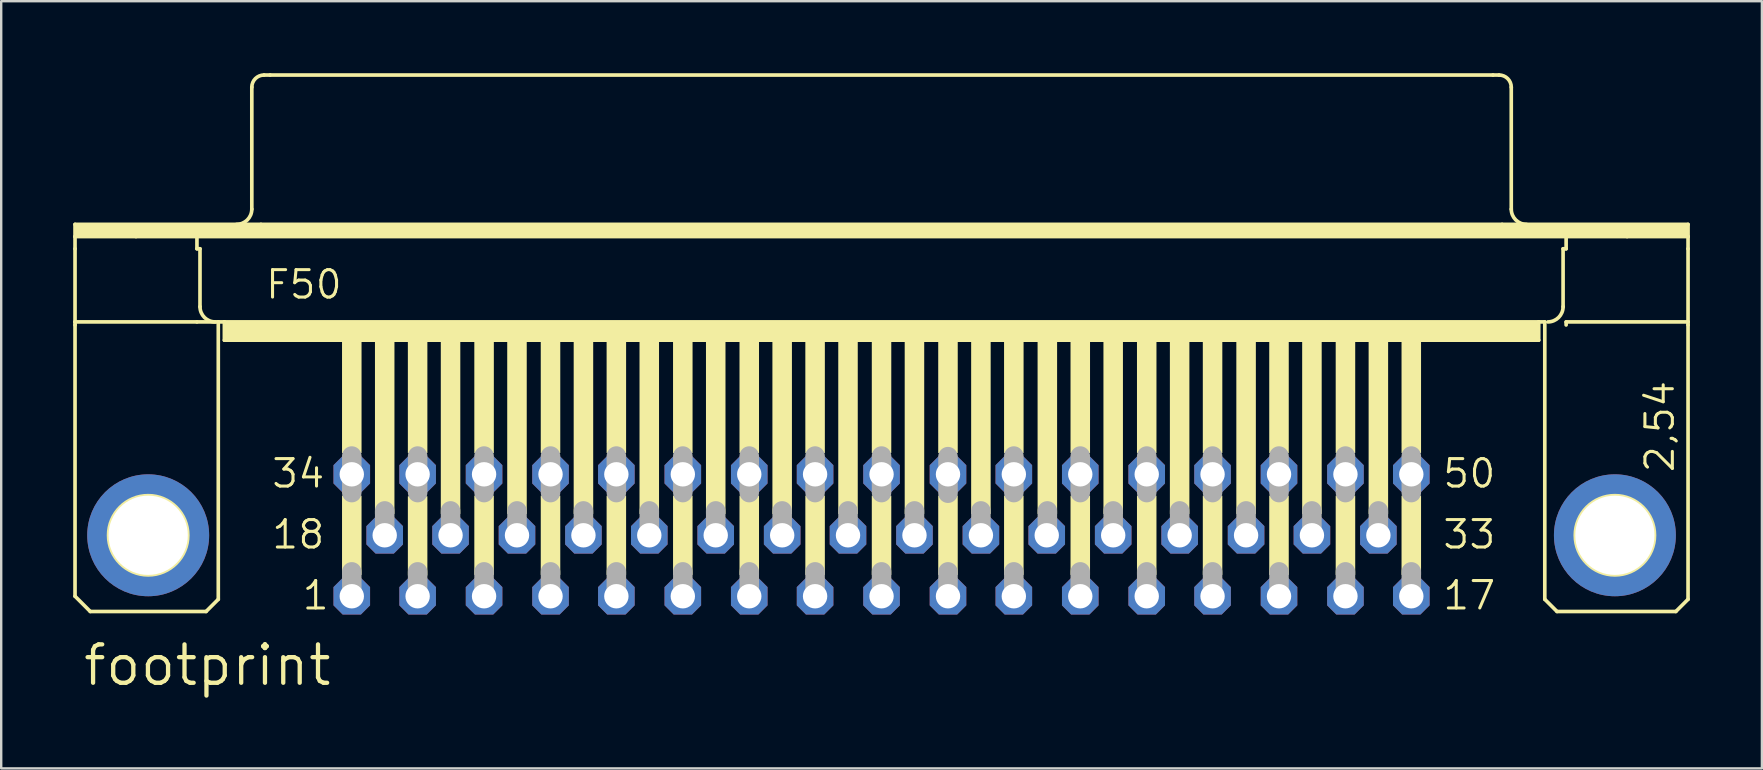
<source format=kicad_pcb>
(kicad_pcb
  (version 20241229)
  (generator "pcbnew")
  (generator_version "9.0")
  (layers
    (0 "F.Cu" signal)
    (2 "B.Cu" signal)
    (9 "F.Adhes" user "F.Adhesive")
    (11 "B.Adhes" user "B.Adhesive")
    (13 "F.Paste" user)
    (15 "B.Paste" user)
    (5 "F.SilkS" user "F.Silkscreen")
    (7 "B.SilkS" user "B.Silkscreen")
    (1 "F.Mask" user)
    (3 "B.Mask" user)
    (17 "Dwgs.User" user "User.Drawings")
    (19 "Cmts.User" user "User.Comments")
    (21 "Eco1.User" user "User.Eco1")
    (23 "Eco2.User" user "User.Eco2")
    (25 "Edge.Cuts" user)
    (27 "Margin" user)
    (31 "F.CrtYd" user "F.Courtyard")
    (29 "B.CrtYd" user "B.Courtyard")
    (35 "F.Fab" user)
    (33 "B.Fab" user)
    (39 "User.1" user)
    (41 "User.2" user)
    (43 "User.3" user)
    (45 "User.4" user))
  (footprint "footprint"
    (layer "F.Cu")
    (at 33.68 19.253)
    (property "Reference" "footprint" (at -33.35 6.35 0) (layer "F.SilkS") (effects (font (size 1.6 1.6) (thickness 0.178)) (justify left bottom)))
    (fp_line (start -33.604 -12.954) (end -25.857 -12.954) (stroke (width 0.152) (type solid)) (layer "F.SilkS"))
    (fp_line (start -33.604 -12.446) (end -33.604 -12.954) (stroke (width 0.152) (type solid)) (layer "F.SilkS"))
    (fp_line (start -33.604 -12.446) (end -31.064 -12.446) (stroke (width 0.152) (type solid)) (layer "F.SilkS"))
    (fp_line (start -33.604 -11.938) (end -33.604 -12.446) (stroke (width 0.152) (type solid)) (layer "F.SilkS"))
    (fp_line (start -33.604 -8.89) (end -33.604 -11.938) (stroke (width 0.152) (type solid)) (layer "F.SilkS"))
    (fp_line (start -33.604 -8.89) (end -33.604 -8.763) (stroke (width 0.152) (type solid)) (layer "F.SilkS"))
    (fp_line (start -33.604 -8.89) (end -28.524 -8.89) (stroke (width 0.152) (type solid)) (layer "F.SilkS"))
    (fp_line (start -33.604 2.54) (end -33.604 -8.763) (stroke (width 0.152) (type solid)) (layer "F.SilkS"))
    (fp_line (start -32.969 3.175) (end -33.604 2.54) (stroke (width 0.152) (type solid)) (layer "F.SilkS"))
    (fp_line (start -31.064 -12.446) (end -28.524 -12.446) (stroke (width 0.152) (type solid)) (layer "F.SilkS"))
    (fp_line (start -28.524 -12.446) (end 28.524 -12.446) (stroke (width 0.152) (type solid)) (layer "F.SilkS"))
    (fp_line (start -28.524 -11.938) (end -28.524 -12.446) (stroke (width 0.152) (type solid)) (layer "F.SilkS"))
    (fp_line (start -28.524 -11.938) (end -28.397 -11.938) (stroke (width 0.152) (type solid)) (layer "F.SilkS"))
    (fp_line (start -28.524 -8.89) (end -27.635 -8.89) (stroke (width 0.152) (type solid)) (layer "F.SilkS"))
    (fp_line (start -28.397 -9.525) (end -28.397 -11.938) (stroke (width 0.152) (type solid)) (layer "F.SilkS"))
    (fp_line (start -28.143 3.175) (end -32.969 3.175) (stroke (width 0.152) (type solid)) (layer "F.SilkS"))
    (fp_line (start -28.143 3.175) (end -27.635 2.667) (stroke (width 0.152) (type solid)) (layer "F.SilkS"))
    (fp_line (start -27.635 -8.89) (end -27.381 -8.89) (stroke (width 0.152) (type solid)) (layer "F.SilkS"))
    (fp_line (start -27.635 2.667) (end -27.635 -8.89) (stroke (width 0.152) (type solid)) (layer "F.SilkS"))
    (fp_line (start -27.381 -8.89) (end -27.381 -8.128) (stroke (width 0.152) (type solid)) (layer "F.SilkS"))
    (fp_line (start -27.381 -8.89) (end 27.381 -8.89) (stroke (width 0.152) (type solid)) (layer "F.SilkS"))
    (fp_line (start -27.381 -8.128) (end 27.381 -8.128) (stroke (width 0.152) (type solid)) (layer "F.SilkS"))
    (fp_line (start -26.238 -13.589) (end -26.238 -18.669) (stroke (width 0.152) (type solid)) (layer "F.SilkS"))
    (fp_line (start -25.857 -12.954) (end 25.857 -12.954) (stroke (width 0.152) (type solid)) (layer "F.SilkS"))
    (fp_line (start -25.73 -19.177) (end -25.476 -19.177) (stroke (width 0.152) (type solid)) (layer "F.SilkS"))
    (fp_line (start -25.476 -19.177) (end 25.476 -19.177) (stroke (width 0.152) (type solid)) (layer "F.SilkS"))
    (fp_line (start 25.476 -19.177) (end 25.73 -19.177) (stroke (width 0.152) (type solid)) (layer "F.SilkS"))
    (fp_line (start 25.857 -12.954) (end 33.604 -12.954) (stroke (width 0.152) (type solid)) (layer "F.SilkS"))
    (fp_line (start 26.238 -13.589) (end 26.238 -18.669) (stroke (width 0.152) (type solid)) (layer "F.SilkS"))
    (fp_line (start 27.381 -8.89) (end 27.381 -8.128) (stroke (width 0.152) (type solid)) (layer "F.SilkS"))
    (fp_line (start 27.381 -8.89) (end 27.635 -8.89) (stroke (width 0.152) (type solid)) (layer "F.SilkS"))
    (fp_line (start 27.635 2.667) (end 27.635 -8.89) (stroke (width 0.152) (type solid)) (layer "F.SilkS"))
    (fp_line (start 27.635 2.667) (end 28.143 3.175) (stroke (width 0.152) (type solid)) (layer "F.SilkS"))
    (fp_line (start 28.143 3.175) (end 33.096 3.175) (stroke (width 0.152) (type solid)) (layer "F.SilkS"))
    (fp_line (start 28.397 -11.938) (end 28.524 -11.938) (stroke (width 0.152) (type solid)) (layer "F.SilkS"))
    (fp_line (start 28.397 -9.525) (end 28.397 -11.938) (stroke (width 0.152) (type solid)) (layer "F.SilkS"))
    (fp_line (start 28.524 -12.446) (end 31.064 -12.446) (stroke (width 0.152) (type solid)) (layer "F.SilkS"))
    (fp_line (start 28.524 -11.938) (end 28.524 -12.446) (stroke (width 0.152) (type solid)) (layer "F.SilkS"))
    (fp_line (start 28.524 -8.89) (end 33.604 -8.89) (stroke (width 0.152) (type solid)) (layer "F.SilkS"))
    (fp_line (start 28.524 -8.763) (end 28.524 -8.89) (stroke (width 0.152) (type solid)) (layer "F.SilkS"))
    (fp_line (start 31.064 -12.446) (end 33.604 -12.446) (stroke (width 0.152) (type solid)) (layer "F.SilkS"))
    (fp_line (start 33.096 3.175) (end 33.604 2.667) (stroke (width 0.152) (type solid)) (layer "F.SilkS"))
    (fp_line (start 33.604 -12.954) (end 33.604 -12.446) (stroke (width 0.152) (type solid)) (layer "F.SilkS"))
    (fp_line (start 33.604 -12.446) (end 33.604 -11.938) (stroke (width 0.152) (type solid)) (layer "F.SilkS"))
    (fp_line (start 33.604 -11.938) (end 33.604 -8.89) (stroke (width 0.152) (type solid)) (layer "F.SilkS"))
    (fp_line (start 33.604 -8.89) (end 33.604 -8.763) (stroke (width 0.152) (type solid)) (layer "F.SilkS"))
    (fp_line (start 33.604 2.667) (end 33.604 -8.763) (stroke (width 0.152) (type solid)) (layer "F.SilkS"))
    (fp_arc (start -27.7622 -8.89) (mid -28.211213 -9.075987) (end -28.3972 -9.525) (stroke (width 0.1524) (type solid)) (layer "F.SilkS"))
    (fp_arc (start -26.2382 -18.669) (mid -26.08941 -19.02821) (end -25.7302 -19.177) (stroke (width 0.1524) (type solid)) (layer "F.SilkS"))
    (fp_arc (start -26.2382 -13.589) (mid -26.424187 -13.139987) (end -26.8732 -12.954) (stroke (width 0.1524) (type solid)) (layer "F.SilkS"))
    (fp_arc (start 25.7302 -19.177) (mid 26.08941 -19.02821) (end 26.2382 -18.669) (stroke (width 0.1524) (type solid)) (layer "F.SilkS"))
    (fp_arc (start 26.8732 -12.954) (mid 26.424187 -13.139987) (end 26.2382 -13.589) (stroke (width 0.1524) (type solid)) (layer "F.SilkS"))
    (fp_arc (start 28.3972 -9.525) (mid 28.211213 -9.075987) (end 27.7622 -8.89) (stroke (width 0.1524) (type solid)) (layer "F.SilkS"))
    (fp_circle (center -30.556 0) (end -28.905 0) (stroke (width 0.152) (type solid)) (fill no) (layer "F.SilkS"))
    (fp_circle (center 30.556 0) (end 32.207 0) (stroke (width 0.152) (type solid)) (fill no) (layer "F.SilkS"))
    (fp_poly (pts (xy -33.579 -12.446) (xy 33.604 -12.446) (xy 33.604 -12.954) (xy -33.579 -12.954)) (stroke (width 0) (type solid)) (fill yes) (layer "F.SilkS"))
    (fp_poly (pts (xy -27.356 -8.128) (xy 27.381 -8.128) (xy 27.381 -8.89) (xy -27.356 -8.89)) (stroke (width 0) (type solid)) (fill yes) (layer "F.SilkS"))
    (fp_poly (pts (xy -22.479 -3.429) (xy -21.666 -3.429) (xy -21.666 -8.128) (xy -22.479 -8.128)) (stroke (width 0) (type solid)) (fill yes) (layer "F.SilkS"))
    (fp_poly (pts (xy -22.479 1.651) (xy -21.666 1.651) (xy -21.666 -1.651) (xy -22.479 -1.651)) (stroke (width 0) (type solid)) (fill yes) (layer "F.SilkS"))
    (fp_poly (pts (xy -21.107 -0.889) (xy -20.295 -0.889) (xy -20.295 -8.128) (xy -21.107 -8.128)) (stroke (width 0) (type solid)) (fill yes) (layer "F.SilkS"))
    (fp_poly (pts (xy -19.736 -3.429) (xy -18.923 -3.429) (xy -18.923 -8.128) (xy -19.736 -8.128)) (stroke (width 0) (type solid)) (fill yes) (layer "F.SilkS"))
    (fp_poly (pts (xy -19.736 1.676) (xy -18.923 1.676) (xy -18.923 -1.626) (xy -19.736 -1.626)) (stroke (width 0) (type solid)) (fill yes) (layer "F.SilkS"))
    (fp_poly (pts (xy -18.364 -0.889) (xy -17.551 -0.889) (xy -17.551 -8.128) (xy -18.364 -8.128)) (stroke (width 0) (type solid)) (fill yes) (layer "F.SilkS"))
    (fp_poly (pts (xy -16.967 -3.429) (xy -16.154 -3.429) (xy -16.154 -8.128) (xy -16.967 -8.128)) (stroke (width 0) (type solid)) (fill yes) (layer "F.SilkS"))
    (fp_poly (pts (xy -16.967 1.651) (xy -16.154 1.651) (xy -16.154 -1.651) (xy -16.967 -1.651)) (stroke (width 0) (type solid)) (fill yes) (layer "F.SilkS"))
    (fp_poly (pts (xy -15.596 -0.889) (xy -14.783 -0.889) (xy -14.783 -8.128) (xy -15.596 -8.128)) (stroke (width 0) (type solid)) (fill yes) (layer "F.SilkS"))
    (fp_poly (pts (xy -14.199 -3.429) (xy -13.386 -3.429) (xy -13.386 -8.128) (xy -14.199 -8.128)) (stroke (width 0) (type solid)) (fill yes) (layer "F.SilkS"))
    (fp_poly (pts (xy -14.199 1.651) (xy -13.386 1.651) (xy -13.386 -1.651) (xy -14.199 -1.651)) (stroke (width 0) (type solid)) (fill yes) (layer "F.SilkS"))
    (fp_poly (pts (xy -12.827 -0.889) (xy -12.014 -0.889) (xy -12.014 -8.128) (xy -12.827 -8.128)) (stroke (width 0) (type solid)) (fill yes) (layer "F.SilkS"))
    (fp_poly (pts (xy -11.455 -3.429) (xy -10.643 -3.429) (xy -10.643 -8.128) (xy -11.455 -8.128)) (stroke (width 0) (type solid)) (fill yes) (layer "F.SilkS"))
    (fp_poly (pts (xy -11.455 1.651) (xy -10.643 1.651) (xy -10.643 -1.651) (xy -11.455 -1.651)) (stroke (width 0) (type solid)) (fill yes) (layer "F.SilkS"))
    (fp_poly (pts (xy -10.084 -0.889) (xy -9.271 -0.889) (xy -9.271 -8.128) (xy -10.084 -8.128)) (stroke (width 0) (type solid)) (fill yes) (layer "F.SilkS"))
    (fp_poly (pts (xy -8.687 -3.429) (xy -7.874 -3.429) (xy -7.874 -8.128) (xy -8.687 -8.128)) (stroke (width 0) (type solid)) (fill yes) (layer "F.SilkS"))
    (fp_poly (pts (xy -8.687 1.651) (xy -7.874 1.651) (xy -7.874 -1.651) (xy -8.687 -1.651)) (stroke (width 0) (type solid)) (fill yes) (layer "F.SilkS"))
    (fp_poly (pts (xy -7.315 -0.889) (xy -6.502 -0.889) (xy -6.502 -8.128) (xy -7.315 -8.128)) (stroke (width 0) (type solid)) (fill yes) (layer "F.SilkS"))
    (fp_poly (pts (xy -5.918 -3.429) (xy -5.105 -3.429) (xy -5.105 -8.128) (xy -5.918 -8.128)) (stroke (width 0) (type solid)) (fill yes) (layer "F.SilkS"))
    (fp_poly (pts (xy -5.918 1.651) (xy -5.105 1.651) (xy -5.105 -1.651) (xy -5.918 -1.651)) (stroke (width 0) (type solid)) (fill yes) (layer "F.SilkS"))
    (fp_poly (pts (xy -4.547 -0.889) (xy -3.734 -0.889) (xy -3.734 -8.128) (xy -4.547 -8.128)) (stroke (width 0) (type solid)) (fill yes) (layer "F.SilkS"))
    (fp_poly (pts (xy -3.175 -3.429) (xy -2.362 -3.429) (xy -2.362 -8.128) (xy -3.175 -8.128)) (stroke (width 0) (type solid)) (fill yes) (layer "F.SilkS"))
    (fp_poly (pts (xy -3.175 1.651) (xy -2.362 1.651) (xy -2.362 -1.651) (xy -3.175 -1.651)) (stroke (width 0) (type solid)) (fill yes) (layer "F.SilkS"))
    (fp_poly (pts (xy -1.803 -0.889) (xy -0.991 -0.889) (xy -0.991 -8.128) (xy -1.803 -8.128)) (stroke (width 0) (type solid)) (fill yes) (layer "F.SilkS"))
    (fp_poly (pts (xy -0.406 -3.429) (xy 0.406 -3.429) (xy 0.406 -8.128) (xy -0.406 -8.128)) (stroke (width 0) (type solid)) (fill yes) (layer "F.SilkS"))
    (fp_poly (pts (xy -0.406 1.651) (xy 0.406 1.651) (xy 0.406 -1.651) (xy -0.406 -1.651)) (stroke (width 0) (type solid)) (fill yes) (layer "F.SilkS"))
    (fp_poly (pts (xy 0.965 -0.889) (xy 1.778 -0.889) (xy 1.778 -8.128) (xy 0.965 -8.128)) (stroke (width 0) (type solid)) (fill yes) (layer "F.SilkS"))
    (fp_poly (pts (xy 2.362 -3.429) (xy 3.175 -3.429) (xy 3.175 -8.128) (xy 2.362 -8.128)) (stroke (width 0) (type solid)) (fill yes) (layer "F.SilkS"))
    (fp_poly (pts (xy 2.362 1.651) (xy 3.175 1.651) (xy 3.175 -1.651) (xy 2.362 -1.651)) (stroke (width 0) (type solid)) (fill yes) (layer "F.SilkS"))
    (fp_poly (pts (xy 3.734 -0.889) (xy 4.547 -0.889) (xy 4.547 -8.128) (xy 3.734 -8.128)) (stroke (width 0) (type solid)) (fill yes) (layer "F.SilkS"))
    (fp_poly (pts (xy 5.105 -3.429) (xy 5.918 -3.429) (xy 5.918 -8.128) (xy 5.105 -8.128)) (stroke (width 0) (type solid)) (fill yes) (layer "F.SilkS"))
    (fp_poly (pts (xy 5.105 1.651) (xy 5.918 1.651) (xy 5.918 -1.651) (xy 5.105 -1.651)) (stroke (width 0) (type solid)) (fill yes) (layer "F.SilkS"))
    (fp_poly (pts (xy 6.502 -0.889) (xy 7.315 -0.889) (xy 7.315 -8.128) (xy 6.502 -8.128)) (stroke (width 0) (type solid)) (fill yes) (layer "F.SilkS"))
    (fp_poly (pts (xy 7.874 -3.429) (xy 8.687 -3.429) (xy 8.687 -8.128) (xy 7.874 -8.128)) (stroke (width 0) (type solid)) (fill yes) (layer "F.SilkS"))
    (fp_poly (pts (xy 7.874 1.651) (xy 8.687 1.651) (xy 8.687 -1.651) (xy 7.874 -1.651)) (stroke (width 0) (type solid)) (fill yes) (layer "F.SilkS"))
    (fp_poly (pts (xy 9.246 -0.889) (xy 10.058 -0.889) (xy 10.058 -8.128) (xy 9.246 -8.128)) (stroke (width 0) (type solid)) (fill yes) (layer "F.SilkS"))
    (fp_poly (pts (xy 10.643 -3.429) (xy 11.455 -3.429) (xy 11.455 -8.128) (xy 10.643 -8.128)) (stroke (width 0) (type solid)) (fill yes) (layer "F.SilkS"))
    (fp_poly (pts (xy 10.643 1.651) (xy 11.455 1.651) (xy 11.455 -1.651) (xy 10.643 -1.651)) (stroke (width 0) (type solid)) (fill yes) (layer "F.SilkS"))
    (fp_poly (pts (xy 12.014 -0.889) (xy 12.827 -0.889) (xy 12.827 -8.128) (xy 12.014 -8.128)) (stroke (width 0) (type solid)) (fill yes) (layer "F.SilkS"))
    (fp_poly (pts (xy 13.386 -3.429) (xy 14.199 -3.429) (xy 14.199 -8.128) (xy 13.386 -8.128)) (stroke (width 0) (type solid)) (fill yes) (layer "F.SilkS"))
    (fp_poly (pts (xy 13.386 1.651) (xy 14.199 1.651) (xy 14.199 -1.651) (xy 13.386 -1.651)) (stroke (width 0) (type solid)) (fill yes) (layer "F.SilkS"))
    (fp_poly (pts (xy 14.783 -0.889) (xy 15.596 -0.889) (xy 15.596 -8.128) (xy 14.783 -8.128)) (stroke (width 0) (type solid)) (fill yes) (layer "F.SilkS"))
    (fp_poly (pts (xy 16.154 -3.429) (xy 16.967 -3.429) (xy 16.967 -8.128) (xy 16.154 -8.128)) (stroke (width 0) (type solid)) (fill yes) (layer "F.SilkS"))
    (fp_poly (pts (xy 16.154 1.651) (xy 16.967 1.651) (xy 16.967 -1.651) (xy 16.154 -1.651)) (stroke (width 0) (type solid)) (fill yes) (layer "F.SilkS"))
    (fp_poly (pts (xy 17.526 -0.889) (xy 18.339 -0.889) (xy 18.339 -8.128) (xy 17.526 -8.128)) (stroke (width 0) (type solid)) (fill yes) (layer "F.SilkS"))
    (fp_poly (pts (xy 18.923 -3.429) (xy 19.736 -3.429) (xy 19.736 -8.128) (xy 18.923 -8.128)) (stroke (width 0) (type solid)) (fill yes) (layer "F.SilkS"))
    (fp_poly (pts (xy 18.923 1.651) (xy 19.736 1.651) (xy 19.736 -1.651) (xy 18.923 -1.651)) (stroke (width 0) (type solid)) (fill yes) (layer "F.SilkS"))
    (fp_poly (pts (xy 20.295 -0.889) (xy 21.107 -0.889) (xy 21.107 -8.128) (xy 20.295 -8.128)) (stroke (width 0) (type solid)) (fill yes) (layer "F.SilkS"))
    (fp_poly (pts (xy 21.666 -3.429) (xy 22.479 -3.429) (xy 22.479 -8.128) (xy 21.666 -8.128)) (stroke (width 0) (type solid)) (fill yes) (layer "F.SilkS"))
    (fp_poly (pts (xy 21.666 1.651) (xy 22.479 1.651) (xy 22.479 -1.651) (xy 21.666 -1.651)) (stroke (width 0) (type solid)) (fill yes) (layer "F.SilkS"))
    (fp_line (start -22.073 -1.778) (end -22.073 -3.302) (stroke (width 0.813) (type solid)) (layer "F.Fab"))
    (fp_line (start -22.073 2.54) (end -22.073 1.524) (stroke (width 0.813) (type solid)) (layer "F.Fab"))
    (fp_line (start -20.701 0) (end -20.701 -1.016) (stroke (width 0.813) (type solid)) (layer "F.Fab"))
    (fp_line (start -19.329 -1.778) (end -19.329 -3.302) (stroke (width 0.813) (type solid)) (layer "F.Fab"))
    (fp_line (start -19.329 2.54) (end -19.329 1.524) (stroke (width 0.813) (type solid)) (layer "F.Fab"))
    (fp_line (start -17.958 0) (end -17.958 -1.016) (stroke (width 0.813) (type solid)) (layer "F.Fab"))
    (fp_line (start -16.561 -1.778) (end -16.561 -3.302) (stroke (width 0.813) (type solid)) (layer "F.Fab"))
    (fp_line (start -16.561 2.54) (end -16.561 1.524) (stroke (width 0.813) (type solid)) (layer "F.Fab"))
    (fp_line (start -15.189 0) (end -15.189 -1.016) (stroke (width 0.813) (type solid)) (layer "F.Fab"))
    (fp_line (start -13.792 -1.778) (end -13.792 -3.302) (stroke (width 0.813) (type solid)) (layer "F.Fab"))
    (fp_line (start -13.792 2.54) (end -13.792 1.524) (stroke (width 0.813) (type solid)) (layer "F.Fab"))
    (fp_line (start -12.421 0) (end -12.421 -1.016) (stroke (width 0.813) (type solid)) (layer "F.Fab"))
    (fp_line (start -11.049 -1.778) (end -11.049 -3.302) (stroke (width 0.813) (type solid)) (layer "F.Fab"))
    (fp_line (start -11.049 2.54) (end -11.049 1.524) (stroke (width 0.813) (type solid)) (layer "F.Fab"))
    (fp_line (start -9.677 0) (end -9.677 -1.016) (stroke (width 0.813) (type solid)) (layer "F.Fab"))
    (fp_line (start -8.28 -1.778) (end -8.28 -3.302) (stroke (width 0.813) (type solid)) (layer "F.Fab"))
    (fp_line (start -8.28 2.54) (end -8.28 1.524) (stroke (width 0.813) (type solid)) (layer "F.Fab"))
    (fp_line (start -6.909 0) (end -6.909 -1.016) (stroke (width 0.813) (type solid)) (layer "F.Fab"))
    (fp_line (start -5.512 -1.778) (end -5.512 -3.302) (stroke (width 0.813) (type solid)) (layer "F.Fab"))
    (fp_line (start -5.512 2.54) (end -5.512 1.524) (stroke (width 0.813) (type solid)) (layer "F.Fab"))
    (fp_line (start -4.14 0) (end -4.14 -1.016) (stroke (width 0.813) (type solid)) (layer "F.Fab"))
    (fp_line (start -2.769 -1.778) (end -2.769 -3.302) (stroke (width 0.813) (type solid)) (layer "F.Fab"))
    (fp_line (start -2.769 2.54) (end -2.769 1.524) (stroke (width 0.813) (type solid)) (layer "F.Fab"))
    (fp_line (start -1.397 0) (end -1.397 -1.016) (stroke (width 0.813) (type solid)) (layer "F.Fab"))
    (fp_line (start 0 -1.778) (end 0 -3.302) (stroke (width 0.813) (type solid)) (layer "F.Fab"))
    (fp_line (start 0 2.54) (end 0 1.524) (stroke (width 0.813) (type solid)) (layer "F.Fab"))
    (fp_line (start 1.372 0) (end 1.372 -1.016) (stroke (width 0.813) (type solid)) (layer "F.Fab"))
    (fp_line (start 2.769 -1.753) (end 2.769 -3.277) (stroke (width 0.813) (type solid)) (layer "F.Fab"))
    (fp_line (start 2.769 2.54) (end 2.769 1.524) (stroke (width 0.813) (type solid)) (layer "F.Fab"))
    (fp_line (start 4.14 0) (end 4.14 -1.016) (stroke (width 0.813) (type solid)) (layer "F.Fab"))
    (fp_line (start 5.512 -1.778) (end 5.512 -3.302) (stroke (width 0.813) (type solid)) (layer "F.Fab"))
    (fp_line (start 5.512 2.54) (end 5.512 1.524) (stroke (width 0.813) (type solid)) (layer "F.Fab"))
    (fp_line (start 6.909 0) (end 6.909 -1.016) (stroke (width 0.813) (type solid)) (layer "F.Fab"))
    (fp_line (start 8.28 -1.778) (end 8.28 -3.302) (stroke (width 0.813) (type solid)) (layer "F.Fab"))
    (fp_line (start 8.28 2.54) (end 8.28 1.524) (stroke (width 0.813) (type solid)) (layer "F.Fab"))
    (fp_line (start 9.652 0) (end 9.652 -1.016) (stroke (width 0.813) (type solid)) (layer "F.Fab"))
    (fp_line (start 11.049 -1.778) (end 11.049 -3.302) (stroke (width 0.813) (type solid)) (layer "F.Fab"))
    (fp_line (start 11.049 2.54) (end 11.049 1.524) (stroke (width 0.813) (type solid)) (layer "F.Fab"))
    (fp_line (start 12.421 0) (end 12.421 -1.016) (stroke (width 0.813) (type solid)) (layer "F.Fab"))
    (fp_line (start 13.792 -1.778) (end 13.792 -3.302) (stroke (width 0.813) (type solid)) (layer "F.Fab"))
    (fp_line (start 13.792 2.54) (end 13.792 1.524) (stroke (width 0.813) (type solid)) (layer "F.Fab"))
    (fp_line (start 15.189 0) (end 15.189 -1.016) (stroke (width 0.813) (type solid)) (layer "F.Fab"))
    (fp_line (start 16.561 -1.778) (end 16.561 -3.302) (stroke (width 0.813) (type solid)) (layer "F.Fab"))
    (fp_line (start 16.561 2.54) (end 16.561 1.524) (stroke (width 0.813) (type solid)) (layer "F.Fab"))
    (fp_line (start 17.932 0) (end 17.932 -1.016) (stroke (width 0.813) (type solid)) (layer "F.Fab"))
    (fp_line (start 19.329 -1.778) (end 19.329 -3.302) (stroke (width 0.813) (type solid)) (layer "F.Fab"))
    (fp_line (start 19.329 2.54) (end 19.329 1.524) (stroke (width 0.813) (type solid)) (layer "F.Fab"))
    (fp_line (start 20.701 0) (end 20.701 -1.016) (stroke (width 0.813) (type solid)) (layer "F.Fab"))
    (fp_line (start 22.073 -1.778) (end 22.073 -3.302) (stroke (width 0.813) (type solid)) (layer "F.Fab"))
    (fp_line (start 22.073 2.54) (end 22.073 1.524) (stroke (width 0.813) (type solid)) (layer "F.Fab"))
    (fp_text user "33" (at 23.317 0.635 0) (layer "F.SilkS") (effects (font (size 1.143 1.143) (thickness 0.127)) (justify left bottom)))
    (fp_text user "50" (at 23.317 -1.905 0) (layer "F.SilkS") (effects (font (size 1.143 1.143) (thickness 0.127)) (justify left bottom)))
    (fp_text user "F50" (at -25.73 -9.779 0) (layer "F.SilkS") (effects (font (size 1.143 1.143) (thickness 0.127)) (justify left bottom)))
    (fp_text user "2,54" (at 33.096 -2.54 90) (layer "F.SilkS") (effects (font (size 1.143 1.143) (thickness 0.127)) (justify left bottom)))
    (fp_text user "34" (at -25.476 -1.905 0) (layer "F.SilkS") (effects (font (size 1.143 1.143) (thickness 0.127)) (justify left bottom)))
    (fp_text user "18" (at -25.476 0.635 0) (layer "F.SilkS") (effects (font (size 1.143 1.143) (thickness 0.127)) (justify left bottom)))
    (fp_text user "17" (at 23.317 3.175 0) (layer "F.SilkS") (effects (font (size 1.143 1.143) (thickness 0.127)) (justify left bottom)))
    (fp_text user "1" (at -24.206 3.175 0) (layer "F.SilkS") (effects (font (size 1.143 1.143) (thickness 0.127)) (justify left bottom)))
    (pad "1" thru_hole roundrect (at -22.073 2.54) (size 1.524 1.524) (drill 1.016) (layers "*.Cu" "*.Mask") (roundrect_rratio 0.25) (chamfer_ratio 0.25) (chamfer top_left top_right bottom_left bottom_right))
    (pad "2" thru_hole roundrect (at -19.329 2.54) (size 1.524 1.524) (drill 1.016) (layers "*.Cu" "*.Mask") (roundrect_rratio 0.25) (chamfer_ratio 0.25) (chamfer top_left top_right bottom_left bottom_right))
    (pad "3" thru_hole roundrect (at -16.561 2.54) (size 1.524 1.524) (drill 1.016) (layers "*.Cu" "*.Mask") (roundrect_rratio 0.25) (chamfer_ratio 0.25) (chamfer top_left top_right bottom_left bottom_right))
    (pad "4" thru_hole roundrect (at -13.792 2.54) (size 1.524 1.524) (drill 1.016) (layers "*.Cu" "*.Mask") (roundrect_rratio 0.25) (chamfer_ratio 0.25) (chamfer top_left top_right bottom_left bottom_right))
    (pad "5" thru_hole roundrect (at -11.049 2.54) (size 1.524 1.524) (drill 1.016) (layers "*.Cu" "*.Mask") (roundrect_rratio 0.25) (chamfer_ratio 0.25) (chamfer top_left top_right bottom_left bottom_right))
    (pad "6" thru_hole roundrect (at -8.28 2.54) (size 1.524 1.524) (drill 1.016) (layers "*.Cu" "*.Mask") (roundrect_rratio 0.25) (chamfer_ratio 0.25) (chamfer top_left top_right bottom_left bottom_right))
    (pad "7" thru_hole roundrect (at -5.512 2.54) (size 1.524 1.524) (drill 1.016) (layers "*.Cu" "*.Mask") (roundrect_rratio 0.25) (chamfer_ratio 0.25) (chamfer top_left top_right bottom_left bottom_right))
    (pad "8" thru_hole roundrect (at -2.769 2.54) (size 1.524 1.524) (drill 1.016) (layers "*.Cu" "*.Mask") (roundrect_rratio 0.25) (chamfer_ratio 0.25) (chamfer top_left top_right bottom_left bottom_right))
    (pad "9" thru_hole roundrect (at 0 2.54) (size 1.524 1.524) (drill 1.016) (layers "*.Cu" "*.Mask") (roundrect_rratio 0.25) (chamfer_ratio 0.25) (chamfer top_left top_right bottom_left bottom_right))
    (pad "10" thru_hole roundrect (at 2.769 2.54) (size 1.524 1.524) (drill 1.016) (layers "*.Cu" "*.Mask") (roundrect_rratio 0.25) (chamfer_ratio 0.25) (chamfer top_left top_right bottom_left bottom_right))
    (pad "11" thru_hole roundrect (at 5.512 2.54) (size 1.524 1.524) (drill 1.016) (layers "*.Cu" "*.Mask") (roundrect_rratio 0.25) (chamfer_ratio 0.25) (chamfer top_left top_right bottom_left bottom_right))
    (pad "12" thru_hole roundrect (at 8.28 2.54) (size 1.524 1.524) (drill 1.016) (layers "*.Cu" "*.Mask") (roundrect_rratio 0.25) (chamfer_ratio 0.25) (chamfer top_left top_right bottom_left bottom_right))
    (pad "13" thru_hole roundrect (at 11.049 2.54) (size 1.524 1.524) (drill 1.016) (layers "*.Cu" "*.Mask") (roundrect_rratio 0.25) (chamfer_ratio 0.25) (chamfer top_left top_right bottom_left bottom_right))
    (pad "14" thru_hole roundrect (at 13.792 2.54) (size 1.524 1.524) (drill 1.016) (layers "*.Cu" "*.Mask") (roundrect_rratio 0.25) (chamfer_ratio 0.25) (chamfer top_left top_right bottom_left bottom_right))
    (pad "15" thru_hole roundrect (at 16.561 2.54) (size 1.524 1.524) (drill 1.016) (layers "*.Cu" "*.Mask") (roundrect_rratio 0.25) (chamfer_ratio 0.25) (chamfer top_left top_right bottom_left bottom_right))
    (pad "16" thru_hole roundrect (at 19.329 2.54) (size 1.524 1.524) (drill 1.016) (layers "*.Cu" "*.Mask") (roundrect_rratio 0.25) (chamfer_ratio 0.25) (chamfer top_left top_right bottom_left bottom_right))
    (pad "17" thru_hole roundrect (at 22.073 2.54) (size 1.524 1.524) (drill 1.016) (layers "*.Cu" "*.Mask") (roundrect_rratio 0.25) (chamfer_ratio 0.25) (chamfer top_left top_right bottom_left bottom_right))
    (pad "18" thru_hole roundrect (at -20.701 0) (size 1.524 1.524) (drill 1.016) (layers "*.Cu" "*.Mask") (roundrect_rratio 0.25) (chamfer_ratio 0.25) (chamfer top_left top_right bottom_left bottom_right))
    (pad "19" thru_hole roundrect (at -17.958 0) (size 1.524 1.524) (drill 1.016) (layers "*.Cu" "*.Mask") (roundrect_rratio 0.25) (chamfer_ratio 0.25) (chamfer top_left top_right bottom_left bottom_right))
    (pad "20" thru_hole roundrect (at -15.189 0) (size 1.524 1.524) (drill 1.016) (layers "*.Cu" "*.Mask") (roundrect_rratio 0.25) (chamfer_ratio 0.25) (chamfer top_left top_right bottom_left bottom_right))
    (pad "21" thru_hole roundrect (at -12.421 0) (size 1.524 1.524) (drill 1.016) (layers "*.Cu" "*.Mask") (roundrect_rratio 0.25) (chamfer_ratio 0.25) (chamfer top_left top_right bottom_left bottom_right))
    (pad "22" thru_hole roundrect (at -9.677 0) (size 1.524 1.524) (drill 1.016) (layers "*.Cu" "*.Mask") (roundrect_rratio 0.25) (chamfer_ratio 0.25) (chamfer top_left top_right bottom_left bottom_right))
    (pad "23" thru_hole roundrect (at -6.909 0) (size 1.524 1.524) (drill 1.016) (layers "*.Cu" "*.Mask") (roundrect_rratio 0.25) (chamfer_ratio 0.25) (chamfer top_left top_right bottom_left bottom_right))
    (pad "24" thru_hole roundrect (at -4.14 0) (size 1.524 1.524) (drill 1.016) (layers "*.Cu" "*.Mask") (roundrect_rratio 0.25) (chamfer_ratio 0.25) (chamfer top_left top_right bottom_left bottom_right))
    (pad "25" thru_hole roundrect (at -1.397 0) (size 1.524 1.524) (drill 1.016) (layers "*.Cu" "*.Mask") (roundrect_rratio 0.25) (chamfer_ratio 0.25) (chamfer top_left top_right bottom_left bottom_right))
    (pad "26" thru_hole roundrect (at 1.372 0) (size 1.524 1.524) (drill 1.016) (layers "*.Cu" "*.Mask") (roundrect_rratio 0.25) (chamfer_ratio 0.25) (chamfer top_left top_right bottom_left bottom_right))
    (pad "27" thru_hole roundrect (at 4.14 0) (size 1.524 1.524) (drill 1.016) (layers "*.Cu" "*.Mask") (roundrect_rratio 0.25) (chamfer_ratio 0.25) (chamfer top_left top_right bottom_left bottom_right))
    (pad "28" thru_hole roundrect (at 6.883 0) (size 1.524 1.524) (drill 1.016) (layers "*.Cu" "*.Mask") (roundrect_rratio 0.25) (chamfer_ratio 0.25) (chamfer top_left top_right bottom_left bottom_right))
    (pad "29" thru_hole roundrect (at 9.652 0) (size 1.524 1.524) (drill 1.016) (layers "*.Cu" "*.Mask") (roundrect_rratio 0.25) (chamfer_ratio 0.25) (chamfer top_left top_right bottom_left bottom_right))
    (pad "30" thru_hole roundrect (at 12.421 0) (size 1.524 1.524) (drill 1.016) (layers "*.Cu" "*.Mask") (roundrect_rratio 0.25) (chamfer_ratio 0.25) (chamfer top_left top_right bottom_left bottom_right))
    (pad "31" thru_hole roundrect (at 15.189 0) (size 1.524 1.524) (drill 1.016) (layers "*.Cu" "*.Mask") (roundrect_rratio 0.25) (chamfer_ratio 0.25) (chamfer top_left top_right bottom_left bottom_right))
    (pad "32" thru_hole roundrect (at 17.932 0) (size 1.524 1.524) (drill 1.016) (layers "*.Cu" "*.Mask") (roundrect_rratio 0.25) (chamfer_ratio 0.25) (chamfer top_left top_right bottom_left bottom_right))
    (pad "33" thru_hole roundrect (at 20.701 0) (size 1.524 1.524) (drill 1.016) (layers "*.Cu" "*.Mask") (roundrect_rratio 0.25) (chamfer_ratio 0.25) (chamfer top_left top_right bottom_left bottom_right))
    (pad "34" thru_hole roundrect (at -22.073 -2.54) (size 1.524 1.524) (drill 1.016) (layers "*.Cu" "*.Mask") (roundrect_rratio 0.25) (chamfer_ratio 0.25) (chamfer top_left top_right bottom_left bottom_right))
    (pad "35" thru_hole roundrect (at -19.329 -2.54) (size 1.524 1.524) (drill 1.016) (layers "*.Cu" "*.Mask") (roundrect_rratio 0.25) (chamfer_ratio 0.25) (chamfer top_left top_right bottom_left bottom_right))
    (pad "36" thru_hole roundrect (at -16.561 -2.54) (size 1.524 1.524) (drill 1.016) (layers "*.Cu" "*.Mask") (roundrect_rratio 0.25) (chamfer_ratio 0.25) (chamfer top_left top_right bottom_left bottom_right))
    (pad "37" thru_hole roundrect (at -13.792 -2.54) (size 1.524 1.524) (drill 1.016) (layers "*.Cu" "*.Mask") (roundrect_rratio 0.25) (chamfer_ratio 0.25) (chamfer top_left top_right bottom_left bottom_right))
    (pad "38" thru_hole roundrect (at -11.049 -2.54) (size 1.524 1.524) (drill 1.016) (layers "*.Cu" "*.Mask") (roundrect_rratio 0.25) (chamfer_ratio 0.25) (chamfer top_left top_right bottom_left bottom_right))
    (pad "39" thru_hole roundrect (at -8.28 -2.54) (size 1.524 1.524) (drill 1.016) (layers "*.Cu" "*.Mask") (roundrect_rratio 0.25) (chamfer_ratio 0.25) (chamfer top_left top_right bottom_left bottom_right))
    (pad "40" thru_hole roundrect (at -5.512 -2.54) (size 1.524 1.524) (drill 1.016) (layers "*.Cu" "*.Mask") (roundrect_rratio 0.25) (chamfer_ratio 0.25) (chamfer top_left top_right bottom_left bottom_right))
    (pad "41" thru_hole roundrect (at -2.769 -2.54) (size 1.524 1.524) (drill 1.016) (layers "*.Cu" "*.Mask") (roundrect_rratio 0.25) (chamfer_ratio 0.25) (chamfer top_left top_right bottom_left bottom_right))
    (pad "42" thru_hole roundrect (at 0 -2.54) (size 1.524 1.524) (drill 1.016) (layers "*.Cu" "*.Mask") (roundrect_rratio 0.25) (chamfer_ratio 0.25) (chamfer top_left top_right bottom_left bottom_right))
    (pad "43" thru_hole roundrect (at 2.769 -2.54) (size 1.524 1.524) (drill 1.016) (layers "*.Cu" "*.Mask") (roundrect_rratio 0.25) (chamfer_ratio 0.25) (chamfer top_left top_right bottom_left bottom_right))
    (pad "44" thru_hole roundrect (at 5.512 -2.54) (size 1.524 1.524) (drill 1.016) (layers "*.Cu" "*.Mask") (roundrect_rratio 0.25) (chamfer_ratio 0.25) (chamfer top_left top_right bottom_left bottom_right))
    (pad "45" thru_hole roundrect (at 8.28 -2.54) (size 1.524 1.524) (drill 1.016) (layers "*.Cu" "*.Mask") (roundrect_rratio 0.25) (chamfer_ratio 0.25) (chamfer top_left top_right bottom_left bottom_right))
    (pad "46" thru_hole roundrect (at 11.049 -2.54) (size 1.524 1.524) (drill 1.016) (layers "*.Cu" "*.Mask") (roundrect_rratio 0.25) (chamfer_ratio 0.25) (chamfer top_left top_right bottom_left bottom_right))
    (pad "47" thru_hole roundrect (at 13.792 -2.54) (size 1.524 1.524) (drill 1.016) (layers "*.Cu" "*.Mask") (roundrect_rratio 0.25) (chamfer_ratio 0.25) (chamfer top_left top_right bottom_left bottom_right))
    (pad "48" thru_hole roundrect (at 16.561 -2.54) (size 1.524 1.524) (drill 1.016) (layers "*.Cu" "*.Mask") (roundrect_rratio 0.25) (chamfer_ratio 0.25) (chamfer top_left top_right bottom_left bottom_right))
    (pad "49" thru_hole roundrect (at 19.329 -2.54) (size 1.524 1.524) (drill 1.016) (layers "*.Cu" "*.Mask") (roundrect_rratio 0.25) (chamfer_ratio 0.25) (chamfer top_left top_right bottom_left bottom_right))
    (pad "50" thru_hole roundrect (at 22.073 -2.54) (size 1.524 1.524) (drill 1.016) (layers "*.Cu" "*.Mask") (roundrect_rratio 0.25) (chamfer_ratio 0.25) (chamfer top_left top_right bottom_left bottom_right))
    (pad "G1" thru_hole circle (at -30.556 0) (size 5.08 5.08) (drill 3.302) (layers "*.Cu" "*.Mask"))
    (pad "G2" thru_hole circle (at 30.556 0) (size 5.08 5.08) (drill 3.302) (layers "*.Cu" "*.Mask")))
  (gr_rect
    (start -3 -3)
    (end 70.361 28.966)
    (stroke (width 0.1) (type default))
    (fill no)
    (layer "Edge.Cuts")))
</source>
